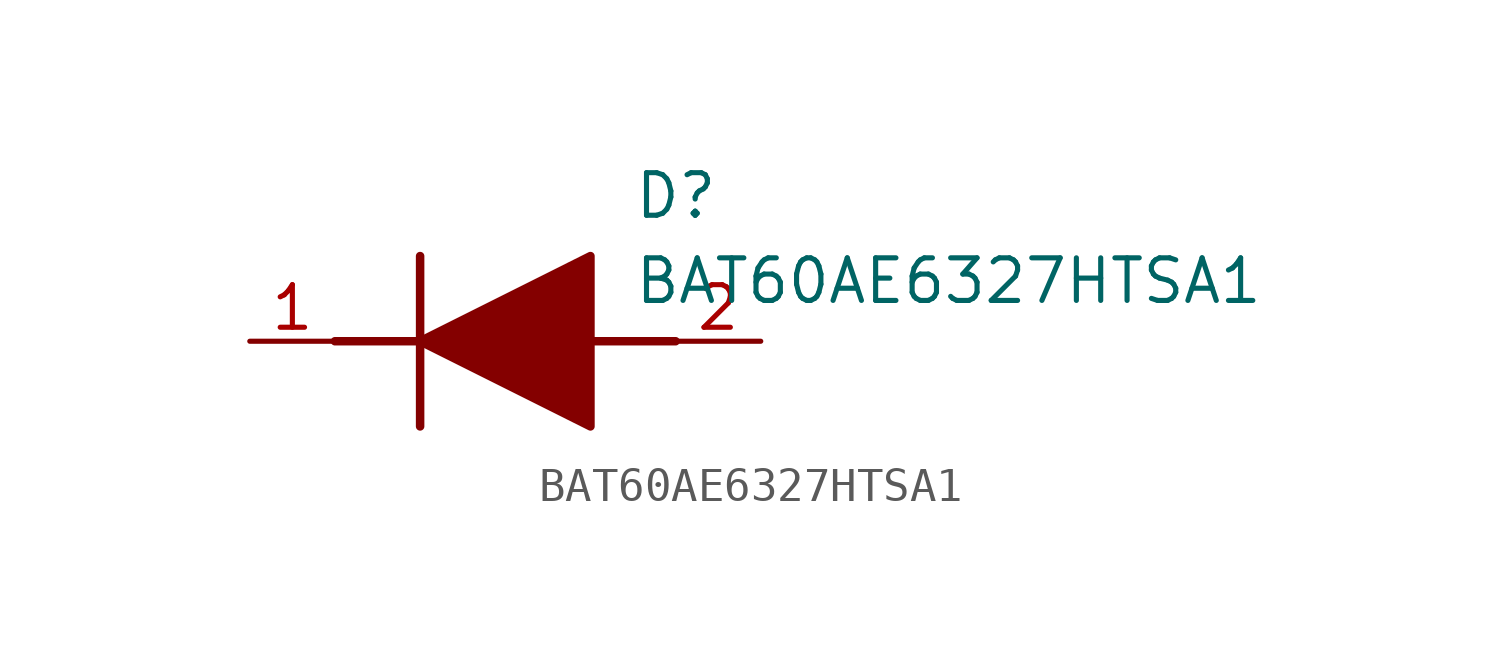
<source format=kicad_sym>
(kicad_symbol_lib
  (version 20211014)
  (generator SamacSys_ECAD_Model)
  (symbol "BAT60AE6327HTSA1"
    (pin_names hide)
    (property "Reference" "D"
      (at 11.43 5.08 0)
      (effects (font (size 1.27 1.27)) (justify left top)))
    (property "Value" "BAT60AE6327HTSA1"
      (at 11.43 2.54 0)
      (effects (font (size 1.27 1.27)) (justify left top)))
    (polyline
      (pts (xy 5.08 2.54) (xy 5.08 -2.54))
      (stroke (width 0.254) (type default))
      (fill (type none)))
    (polyline
      (pts (xy 2.54 0) (xy 5.08 0))
      (stroke (width 0.254) (type default))
      (fill (type none)))
    (polyline
      (pts (xy 10.16 0) (xy 12.7 0))
      (stroke (width 0.254) (type default))
      (fill (type none)))
    (polyline
      (pts (xy 5.08 0) (xy 10.16 2.54) (xy 10.16 -2.54) (xy 5.08 0))
      (stroke (width 0.254) (type default))
      (fill (type outline)))
    (pin passive line
      (at 0 0 0)
      (length 2.54)
      (name "K" (effects (font (size 1.27 1.27))))
      (number "1" (effects (font (size 1.27 1.27)))))
    (pin passive line
      (at 15.24 0 180)
      (length 2.54)
      (name "A" (effects (font (size 1.27 1.27))))
      (number "2" (effects (font (size 1.27 1.27)))))))
</source>
